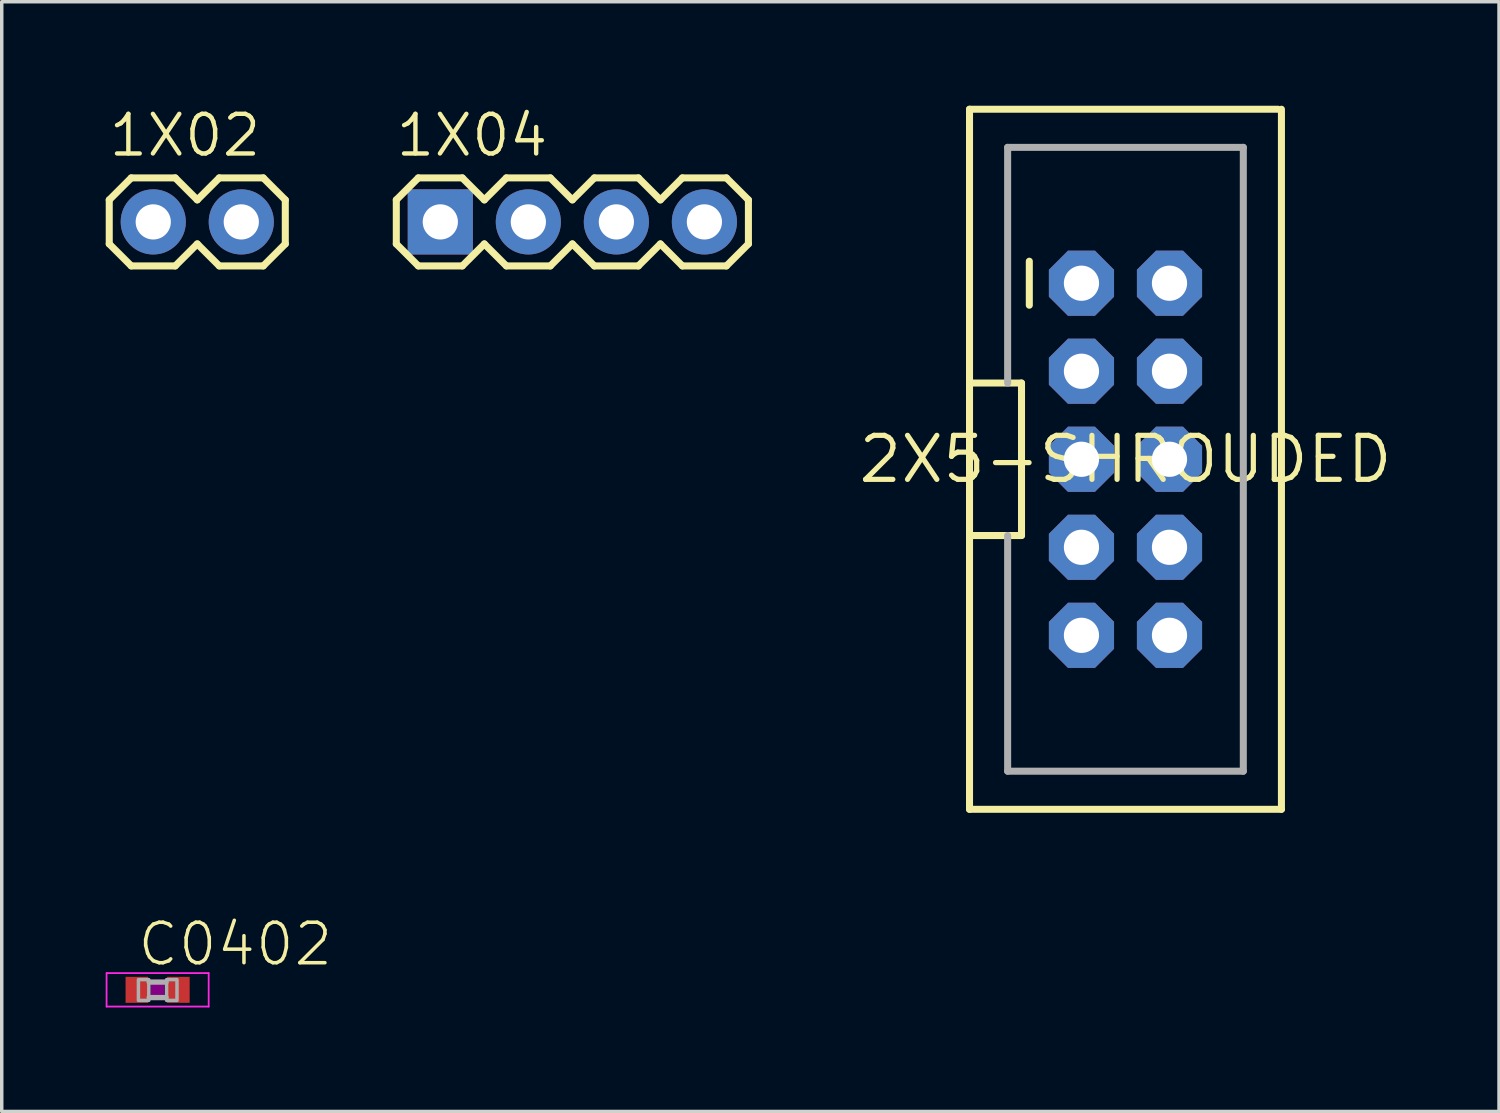
<source format=kicad_pcb>
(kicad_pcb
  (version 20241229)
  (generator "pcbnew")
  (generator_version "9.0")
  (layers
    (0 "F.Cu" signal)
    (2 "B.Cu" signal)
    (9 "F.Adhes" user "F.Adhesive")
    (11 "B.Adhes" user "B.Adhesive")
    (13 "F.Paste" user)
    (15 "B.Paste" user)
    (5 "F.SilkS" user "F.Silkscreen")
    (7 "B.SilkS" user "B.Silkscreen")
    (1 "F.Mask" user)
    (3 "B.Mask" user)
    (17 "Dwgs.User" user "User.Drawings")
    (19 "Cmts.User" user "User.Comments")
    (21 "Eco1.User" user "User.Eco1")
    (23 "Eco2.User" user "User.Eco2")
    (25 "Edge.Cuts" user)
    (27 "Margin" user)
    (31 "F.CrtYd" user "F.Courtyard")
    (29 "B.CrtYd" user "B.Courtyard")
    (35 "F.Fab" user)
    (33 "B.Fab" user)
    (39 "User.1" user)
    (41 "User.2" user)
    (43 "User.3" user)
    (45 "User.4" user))
  (footprint "2X5-SHROUDED"
    (layer "F.Cu")
    (at 29.425 10.202)
    (property "Reference" "2X5-SHROUDED" (at 0 0 0) (layer "F.SilkS") (effects (font (size 1.27 1.27) (thickness 0.15))))
    (fp_line (start -4.5 -10.1) (end 4.4 -10.1) (stroke (width 0.203) (type solid)) (layer "F.SilkS"))
    (fp_line (start -4.5 -2.2) (end -4.5 -10.1) (stroke (width 0.203) (type solid)) (layer "F.SilkS"))
    (fp_line (start -4.5 -2.2) (end -3 -2.2) (stroke (width 0.203) (type solid)) (layer "F.SilkS"))
    (fp_line (start -4.5 2.2) (end -4.5 -2.2) (stroke (width 0.203) (type solid)) (layer "F.SilkS"))
    (fp_line (start -4.5 10.1) (end -4.5 2.2) (stroke (width 0.203) (type solid)) (layer "F.SilkS"))
    (fp_line (start -3 -2.2) (end -3 2.2) (stroke (width 0.203) (type solid)) (layer "F.SilkS"))
    (fp_line (start -3 2.2) (end -4.5 2.2) (stroke (width 0.203) (type solid)) (layer "F.SilkS"))
    (fp_line (start -2.775 -5.715) (end -2.775 -4.445) (stroke (width 0.203) (type solid)) (layer "F.SilkS"))
    (fp_line (start 4.5 -10.1) (end 4.5 10.1) (stroke (width 0.203) (type solid)) (layer "F.SilkS"))
    (fp_line (start 4.5 10.1) (end -4.5 10.1) (stroke (width 0.203) (type solid)) (layer "F.SilkS"))
    (fp_line (start -3.4 -9) (end -3.4 -2.2) (stroke (width 0.203) (type solid)) (layer "F.Fab"))
    (fp_line (start -3.4 -9) (end 3.4 -9) (stroke (width 0.203) (type solid)) (layer "F.Fab"))
    (fp_line (start -3.4 9) (end -3.4 2.2) (stroke (width 0.203) (type solid)) (layer "F.Fab"))
    (fp_line (start -3.4 9) (end 3.4 9) (stroke (width 0.203) (type solid)) (layer "F.Fab"))
    (fp_line (start 3.4 -9) (end 3.4 9) (stroke (width 0.203) (type solid)) (layer "F.Fab"))
    (fp_poly (pts (xy -1.524 -4.826) (xy -1.016 -4.826) (xy -1.016 -5.334) (xy -1.524 -5.334)) (stroke (width 0.1) (type solid)) (fill no) (layer "F.Fab"))
    (fp_poly (pts (xy -1.524 -2.286) (xy -1.016 -2.286) (xy -1.016 -2.794) (xy -1.524 -2.794)) (stroke (width 0.1) (type solid)) (fill no) (layer "F.Fab"))
    (fp_poly (pts (xy -1.524 0.254) (xy -1.016 0.254) (xy -1.016 -0.254) (xy -1.524 -0.254)) (stroke (width 0.1) (type solid)) (fill no) (layer "F.Fab"))
    (fp_poly (pts (xy -1.524 2.794) (xy -1.016 2.794) (xy -1.016 2.286) (xy -1.524 2.286)) (stroke (width 0.1) (type solid)) (fill no) (layer "F.Fab"))
    (fp_poly (pts (xy -1.524 2.794) (xy -1.016 2.794) (xy -1.016 2.286) (xy -1.524 2.286)) (stroke (width 0.1) (type solid)) (fill no) (layer "F.Fab"))
    (fp_poly (pts (xy -1.524 5.334) (xy -1.016 5.334) (xy -1.016 4.826) (xy -1.524 4.826)) (stroke (width 0.1) (type solid)) (fill no) (layer "F.Fab"))
    (fp_poly (pts (xy 1.016 -4.826) (xy 1.524 -4.826) (xy 1.524 -5.334) (xy 1.016 -5.334)) (stroke (width 0.1) (type solid)) (fill no) (layer "F.Fab"))
    (fp_poly (pts (xy 1.016 -2.286) (xy 1.524 -2.286) (xy 1.524 -2.794) (xy 1.016 -2.794)) (stroke (width 0.1) (type solid)) (fill no) (layer "F.Fab"))
    (fp_poly (pts (xy 1.016 0.254) (xy 1.524 0.254) (xy 1.524 -0.254) (xy 1.016 -0.254)) (stroke (width 0.1) (type solid)) (fill no) (layer "F.Fab"))
    (fp_poly (pts (xy 1.016 2.794) (xy 1.524 2.794) (xy 1.524 2.286) (xy 1.016 2.286)) (stroke (width 0.1) (type solid)) (fill no) (layer "F.Fab"))
    (fp_poly (pts (xy 1.016 2.794) (xy 1.524 2.794) (xy 1.524 2.286) (xy 1.016 2.286)) (stroke (width 0.1) (type solid)) (fill no) (layer "F.Fab"))
    (fp_poly (pts (xy 1.016 5.334) (xy 1.524 5.334) (xy 1.524 4.826) (xy 1.016 4.826)) (stroke (width 0.1) (type solid)) (fill no) (layer "F.Fab"))
    (pad "1" thru_hole roundrect (at -1.27 -5.08 270) (size 1.88 1.88) (drill 1.016) (layers "*.Cu" "*.Mask") (roundrect_rratio 0.25) (chamfer_ratio 0.293) (chamfer top_left top_right bottom_left bottom_right))
    (pad "2" thru_hole roundrect (at 1.27 -5.08 270) (size 1.88 1.88) (drill 1.016) (layers "*.Cu" "*.Mask") (roundrect_rratio 0.25) (chamfer_ratio 0.293) (chamfer top_left top_right bottom_left bottom_right))
    (pad "3" thru_hole roundrect (at -1.27 -2.54 270) (size 1.88 1.88) (drill 1.016) (layers "*.Cu" "*.Mask") (roundrect_rratio 0.25) (chamfer_ratio 0.293) (chamfer top_left top_right bottom_left bottom_right))
    (pad "4" thru_hole roundrect (at 1.27 -2.54 270) (size 1.88 1.88) (drill 1.016) (layers "*.Cu" "*.Mask") (roundrect_rratio 0.25) (chamfer_ratio 0.293) (chamfer top_left top_right bottom_left bottom_right))
    (pad "5" thru_hole roundrect (at -1.27 0 270) (size 1.88 1.88) (drill 1.016) (layers "*.Cu" "*.Mask") (roundrect_rratio 0.25) (chamfer_ratio 0.293) (chamfer top_left top_right bottom_left bottom_right))
    (pad "6" thru_hole roundrect (at 1.27 0 270) (size 1.88 1.88) (drill 1.016) (layers "*.Cu" "*.Mask") (roundrect_rratio 0.25) (chamfer_ratio 0.293) (chamfer top_left top_right bottom_left bottom_right))
    (pad "7" thru_hole roundrect (at -1.27 2.54 270) (size 1.88 1.88) (drill 1.016) (layers "*.Cu" "*.Mask") (roundrect_rratio 0.25) (chamfer_ratio 0.293) (chamfer top_left top_right bottom_left bottom_right))
    (pad "8" thru_hole roundrect (at 1.27 2.54 270) (size 1.88 1.88) (drill 1.016) (layers "*.Cu" "*.Mask") (roundrect_rratio 0.25) (chamfer_ratio 0.293) (chamfer top_left top_right bottom_left bottom_right))
    (pad "9" thru_hole roundrect (at -1.27 5.08 270) (size 1.88 1.88) (drill 1.016) (layers "*.Cu" "*.Mask") (roundrect_rratio 0.25) (chamfer_ratio 0.293) (chamfer top_left top_right bottom_left bottom_right))
    (pad "10" thru_hole roundrect (at 1.27 5.08 270) (size 1.88 1.88) (drill 1.016) (layers "*.Cu" "*.Mask") (roundrect_rratio 0.25) (chamfer_ratio 0.293) (chamfer top_left top_right bottom_left bottom_right)))
  (footprint "1X04"
    (layer "F.Cu")
    (at 9.655 3.353)
    (property "Reference" "1X04" (at -1.346 -1.829 0) (layer "F.SilkS") (effects (font (size 1.143 1.143) (thickness 0.127)) (justify left bottom)))
    (fp_line (start -1.27 -0.635) (end -1.27 0.635) (stroke (width 0.203) (type solid)) (layer "F.SilkS"))
    (fp_line (start -1.27 0.635) (end -0.635 1.27) (stroke (width 0.203) (type solid)) (layer "F.SilkS"))
    (fp_line (start -0.635 -1.27) (end -1.27 -0.635) (stroke (width 0.203) (type solid)) (layer "F.SilkS"))
    (fp_line (start -0.635 -1.27) (end 0.635 -1.27) (stroke (width 0.203) (type solid)) (layer "F.SilkS"))
    (fp_line (start 0.635 -1.27) (end 1.27 -0.635) (stroke (width 0.203) (type solid)) (layer "F.SilkS"))
    (fp_line (start 0.635 1.27) (end -0.635 1.27) (stroke (width 0.203) (type solid)) (layer "F.SilkS"))
    (fp_line (start 1.27 -0.635) (end 1.905 -1.27) (stroke (width 0.203) (type solid)) (layer "F.SilkS"))
    (fp_line (start 1.27 0.635) (end 0.635 1.27) (stroke (width 0.203) (type solid)) (layer "F.SilkS"))
    (fp_line (start 1.905 -1.27) (end 3.175 -1.27) (stroke (width 0.203) (type solid)) (layer "F.SilkS"))
    (fp_line (start 1.905 1.27) (end 1.27 0.635) (stroke (width 0.203) (type solid)) (layer "F.SilkS"))
    (fp_line (start 3.175 -1.27) (end 3.81 -0.635) (stroke (width 0.203) (type solid)) (layer "F.SilkS"))
    (fp_line (start 3.175 1.27) (end 1.905 1.27) (stroke (width 0.203) (type solid)) (layer "F.SilkS"))
    (fp_line (start 3.81 -0.635) (end 4.445 -1.27) (stroke (width 0.203) (type solid)) (layer "F.SilkS"))
    (fp_line (start 3.81 0.635) (end 3.175 1.27) (stroke (width 0.203) (type solid)) (layer "F.SilkS"))
    (fp_line (start 4.445 -1.27) (end 5.715 -1.27) (stroke (width 0.203) (type solid)) (layer "F.SilkS"))
    (fp_line (start 4.445 1.27) (end 3.81 0.635) (stroke (width 0.203) (type solid)) (layer "F.SilkS"))
    (fp_line (start 5.715 -1.27) (end 6.35 -0.635) (stroke (width 0.203) (type solid)) (layer "F.SilkS"))
    (fp_line (start 5.715 1.27) (end 4.445 1.27) (stroke (width 0.203) (type solid)) (layer "F.SilkS"))
    (fp_line (start 6.35 0.635) (end 5.715 1.27) (stroke (width 0.203) (type solid)) (layer "F.SilkS"))
    (fp_line (start 6.35 0.635) (end 6.985 1.27) (stroke (width 0.203) (type solid)) (layer "F.SilkS"))
    (fp_line (start 6.985 -1.27) (end 6.35 -0.635) (stroke (width 0.203) (type solid)) (layer "F.SilkS"))
    (fp_line (start 6.985 -1.27) (end 8.255 -1.27) (stroke (width 0.203) (type solid)) (layer "F.SilkS"))
    (fp_line (start 8.255 -1.27) (end 8.89 -0.635) (stroke (width 0.203) (type solid)) (layer "F.SilkS"))
    (fp_line (start 8.255 1.27) (end 6.985 1.27) (stroke (width 0.203) (type solid)) (layer "F.SilkS"))
    (fp_line (start 8.89 -0.635) (end 8.89 0.635) (stroke (width 0.203) (type solid)) (layer "F.SilkS"))
    (fp_line (start 8.89 0.635) (end 8.255 1.27) (stroke (width 0.203) (type solid)) (layer "F.SilkS"))
    (fp_poly (pts (xy -0.254 0.254) (xy 0.254 0.254) (xy 0.254 -0.254) (xy -0.254 -0.254)) (stroke (width 0.1) (type solid)) (fill no) (layer "F.Fab"))
    (fp_poly (pts (xy 2.286 0.254) (xy 2.794 0.254) (xy 2.794 -0.254) (xy 2.286 -0.254)) (stroke (width 0.1) (type solid)) (fill no) (layer "F.Fab"))
    (fp_poly (pts (xy 4.826 0.254) (xy 5.334 0.254) (xy 5.334 -0.254) (xy 4.826 -0.254)) (stroke (width 0.1) (type solid)) (fill no) (layer "F.Fab"))
    (fp_poly (pts (xy 7.366 0.254) (xy 7.874 0.254) (xy 7.874 -0.254) (xy 7.366 -0.254)) (stroke (width 0.1) (type solid)) (fill no) (layer "F.Fab"))
    (pad "1" thru_hole rect (at 0 0 90) (size 1.88 1.88) (drill 1.016) (layers "*.Cu" "*.Mask"))
    (pad "2" thru_hole circle (at 2.54 0 90) (size 1.88 1.88) (drill 1.016) (layers "*.Cu" "*.Mask"))
    (pad "3" thru_hole circle (at 5.08 0 90) (size 1.88 1.88) (drill 1.016) (layers "*.Cu" "*.Mask"))
    (pad "4" thru_hole circle (at 7.62 0 90) (size 1.88 1.88) (drill 1.016) (layers "*.Cu" "*.Mask")))
  (footprint "C0402"
    (layer "F.Cu")
    (at 1.498 25.511)
    (property "Reference" "C0402" (at -0.635 -0.635 0) (layer "F.SilkS") (effects (font (size 1.168 1.168) (thickness 0.102)) (justify left bottom)))
    (fp_poly (pts (xy -0.2 0.3) (xy 0.2 0.3) (xy 0.2 -0.3) (xy -0.2 -0.3)) (stroke (width 0) (type solid)) (fill yes) (layer "F.Adhes"))
    (fp_line (start -1.473 -0.483) (end 1.473 -0.483) (stroke (width 0.051) (type solid)) (layer "F.CrtYd"))
    (fp_line (start -1.473 0.483) (end -1.473 -0.483) (stroke (width 0.051) (type solid)) (layer "F.CrtYd"))
    (fp_line (start 1.473 -0.483) (end 1.473 0.483) (stroke (width 0.051) (type solid)) (layer "F.CrtYd"))
    (fp_line (start 1.473 0.483) (end -1.473 0.483) (stroke (width 0.051) (type solid)) (layer "F.CrtYd"))
    (fp_line (start -0.245 -0.224) (end 0.245 -0.224) (stroke (width 0.152) (type solid)) (layer "F.Fab"))
    (fp_line (start 0.245 0.224) (end -0.245 0.224) (stroke (width 0.152) (type solid)) (layer "F.Fab"))
    (fp_poly (pts (xy -0.554 0.305) (xy -0.254 0.305) (xy -0.254 -0.295) (xy -0.554 -0.295)) (stroke (width 0.1) (type solid)) (fill no) (layer "F.Fab"))
    (fp_poly (pts (xy 0.259 0.305) (xy 0.559 0.305) (xy 0.559 -0.295) (xy 0.259 -0.295)) (stroke (width 0.1) (type solid)) (fill no) (layer "F.Fab"))
    (pad "1" smd rect (at -0.6 0) (size 0.65 0.75) (layers "F.Cu" "F.Mask" "F.Paste"))
    (pad "2" smd rect (at 0.6 0) (size 0.65 0.75) (layers "F.Cu" "F.Mask" "F.Paste")))
  (footprint "1X02"
    (layer "F.Cu")
    (at 1.372 3.353)
    (property "Reference" "1X02" (at -1.346 -1.829 0) (layer "F.SilkS") (effects (font (size 1.143 1.143) (thickness 0.127)) (justify left bottom)))
    (fp_line (start -1.27 -0.635) (end -1.27 0.635) (stroke (width 0.203) (type solid)) (layer "F.SilkS"))
    (fp_line (start -1.27 0.635) (end -0.635 1.27) (stroke (width 0.203) (type solid)) (layer "F.SilkS"))
    (fp_line (start -0.635 -1.27) (end -1.27 -0.635) (stroke (width 0.203) (type solid)) (layer "F.SilkS"))
    (fp_line (start -0.635 -1.27) (end 0.635 -1.27) (stroke (width 0.203) (type solid)) (layer "F.SilkS"))
    (fp_line (start 0.635 -1.27) (end 1.27 -0.635) (stroke (width 0.203) (type solid)) (layer "F.SilkS"))
    (fp_line (start 0.635 1.27) (end -0.635 1.27) (stroke (width 0.203) (type solid)) (layer "F.SilkS"))
    (fp_line (start 1.27 -0.635) (end 1.905 -1.27) (stroke (width 0.203) (type solid)) (layer "F.SilkS"))
    (fp_line (start 1.27 0.635) (end 0.635 1.27) (stroke (width 0.203) (type solid)) (layer "F.SilkS"))
    (fp_line (start 1.905 -1.27) (end 3.175 -1.27) (stroke (width 0.203) (type solid)) (layer "F.SilkS"))
    (fp_line (start 1.905 1.27) (end 1.27 0.635) (stroke (width 0.203) (type solid)) (layer "F.SilkS"))
    (fp_line (start 3.175 -1.27) (end 3.81 -0.635) (stroke (width 0.203) (type solid)) (layer "F.SilkS"))
    (fp_line (start 3.175 1.27) (end 1.905 1.27) (stroke (width 0.203) (type solid)) (layer "F.SilkS"))
    (fp_line (start 3.81 -0.635) (end 3.81 0.635) (stroke (width 0.203) (type solid)) (layer "F.SilkS"))
    (fp_line (start 3.81 0.635) (end 3.175 1.27) (stroke (width 0.203) (type solid)) (layer "F.SilkS"))
    (fp_poly (pts (xy -0.254 0.254) (xy 0.254 0.254) (xy 0.254 -0.254) (xy -0.254 -0.254)) (stroke (width 0.1) (type solid)) (fill no) (layer "F.Fab"))
    (fp_poly (pts (xy 2.286 0.254) (xy 2.794 0.254) (xy 2.794 -0.254) (xy 2.286 -0.254)) (stroke (width 0.1) (type solid)) (fill no) (layer "F.Fab"))
    (pad "1" thru_hole circle (at 0 0 90) (size 1.88 1.88) (drill 1.016) (layers "*.Cu" "*.Mask"))
    (pad "2" thru_hole circle (at 2.54 0 90) (size 1.88 1.88) (drill 1.016) (layers "*.Cu" "*.Mask")))
  (gr_rect
    (start -3 -3)
    (end 40.203 29.02)
    (stroke (width 0.1) (type default))
    (fill no)
    (layer "Edge.Cuts")))
</source>
